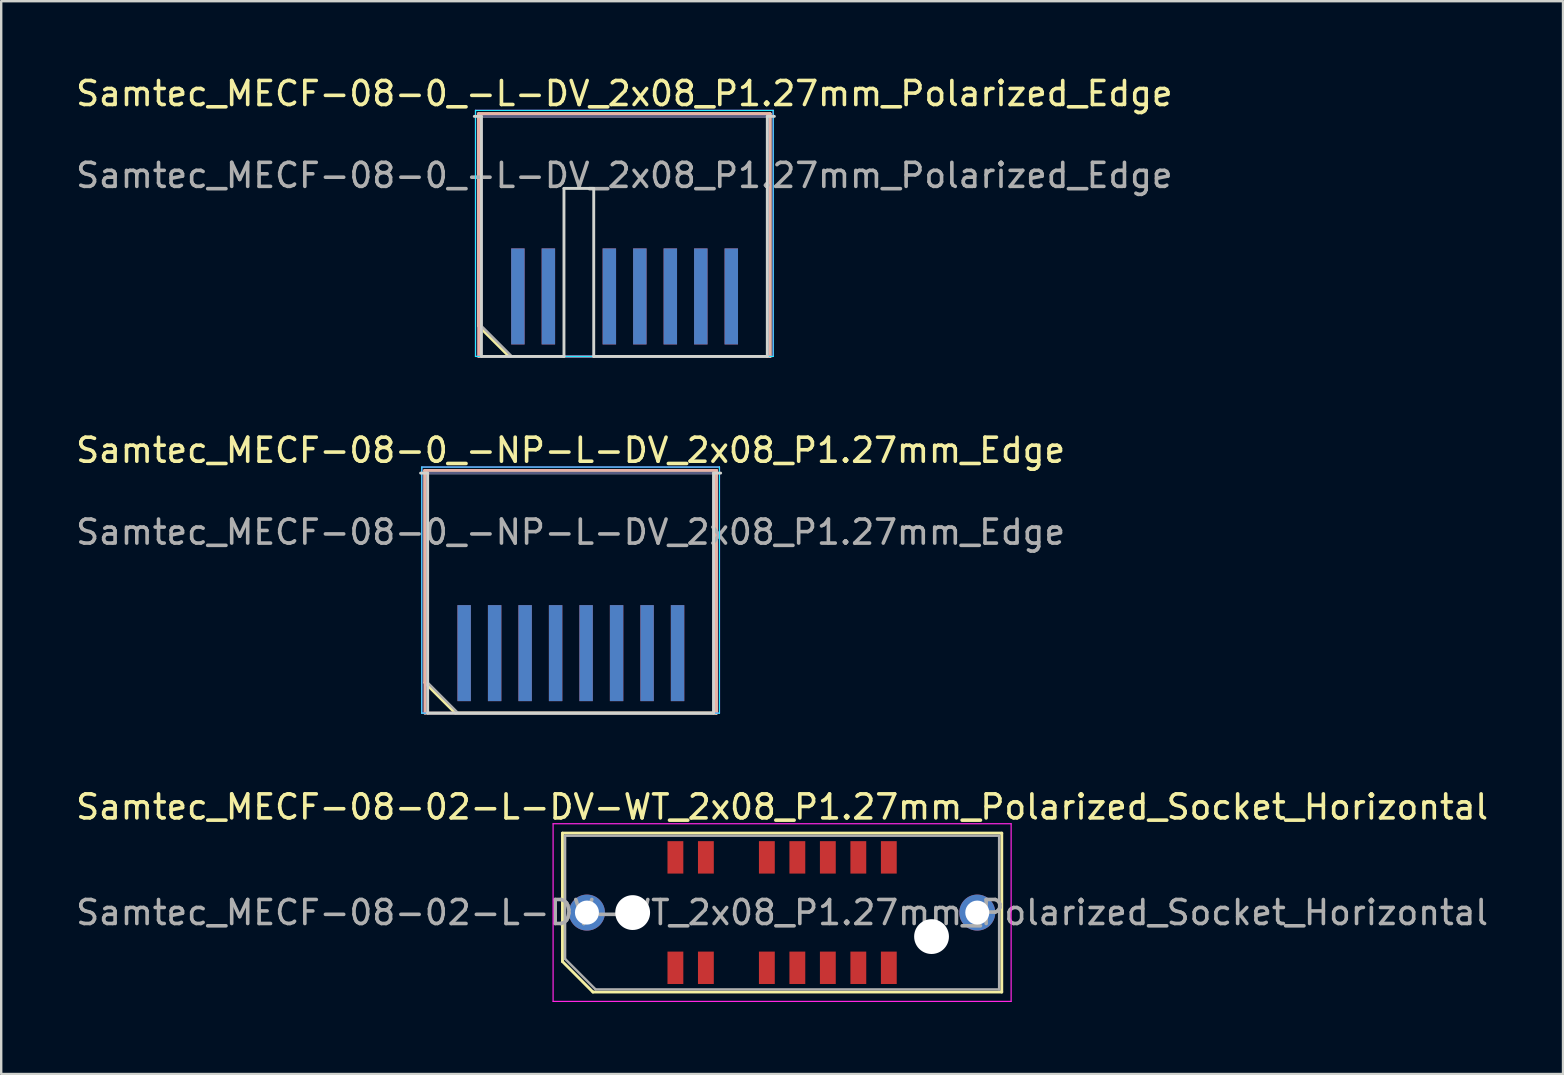
<source format=kicad_pcb>
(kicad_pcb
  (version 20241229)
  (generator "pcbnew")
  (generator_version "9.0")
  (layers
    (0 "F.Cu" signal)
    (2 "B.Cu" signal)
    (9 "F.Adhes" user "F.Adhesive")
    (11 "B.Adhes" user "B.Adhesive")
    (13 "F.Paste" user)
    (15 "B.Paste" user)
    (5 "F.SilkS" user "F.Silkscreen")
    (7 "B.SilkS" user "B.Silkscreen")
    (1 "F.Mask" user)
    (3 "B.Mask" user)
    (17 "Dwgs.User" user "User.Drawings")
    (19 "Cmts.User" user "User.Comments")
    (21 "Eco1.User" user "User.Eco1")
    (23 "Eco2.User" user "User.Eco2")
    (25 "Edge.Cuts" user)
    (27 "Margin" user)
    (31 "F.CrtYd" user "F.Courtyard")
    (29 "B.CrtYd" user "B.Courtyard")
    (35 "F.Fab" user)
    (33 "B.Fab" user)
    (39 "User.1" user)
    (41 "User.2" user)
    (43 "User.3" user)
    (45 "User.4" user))
  (footprint "Samtec_MECF-08-0_-NP-L-DV_2x08_P1.27mm_Edge"
    (layer "F.Cu")
    (at 20.72 21.657)
    (property "Reference" "Samtec_MECF-08-0_-NP-L-DV_2x08_P1.27mm_Edge" (at 0 -5.95 0) (layer "F.SilkS") (effects (font (size 1 1) (thickness 0.15))))
    (attr exclude_from_pos_files exclude_from_bom)
    (fp_line (start -6.07 -5.11) (end 6.07 -5.11) (stroke (width 0.12) (type solid)) (layer "F.SilkS"))
    (fp_line (start -6.07 3.73) (end -6.07 -5.11) (stroke (width 0.12) (type solid)) (layer "F.SilkS"))
    (fp_line (start -4.8 5) (end -6.07 3.73) (stroke (width 0.12) (type solid)) (layer "F.SilkS"))
    (fp_line (start -4.8 5) (end 6.07 5) (stroke (width 0.12) (type solid)) (layer "F.SilkS"))
    (fp_line (start 6.07 5) (end 6.07 -5.11) (stroke (width 0.12) (type solid)) (layer "F.SilkS"))
    (fp_line (start -6.07 -5.11) (end 6.07 -5.11) (stroke (width 0.12) (type solid)) (layer "B.SilkS"))
    (fp_line (start -6.07 5) (end -6.07 -5.11) (stroke (width 0.12) (type solid)) (layer "B.SilkS"))
    (fp_line (start -6.07 5) (end 6.07 5) (stroke (width 0.12) (type solid)) (layer "B.SilkS"))
    (fp_line (start 6.07 5) (end 6.07 -5.11) (stroke (width 0.12) (type solid)) (layer "B.SilkS"))
    (fp_line (start -6.25 -5) (end -5.955 -5) (stroke (width 0.12) (type solid)) (layer "Edge.Cuts"))
    (fp_line (start -5.955 5) (end -5.955 -5) (stroke (width 0.12) (type solid)) (layer "Edge.Cuts"))
    (fp_line (start -5.955 5) (end 5.955 5) (stroke (width 0.12) (type solid)) (layer "Edge.Cuts"))
    (fp_line (start 5.955 5) (end 5.955 -5) (stroke (width 0.12) (type solid)) (layer "Edge.Cuts"))
    (fp_line (start 6.25 -5) (end 5.955 -5) (stroke (width 0.12) (type solid)) (layer "Edge.Cuts"))
    (fp_line (start -6.2 -5.25) (end -6.2 5) (stroke (width 0.05) (type solid)) (layer "B.CrtYd"))
    (fp_line (start -6.2 5) (end 6.2 5) (stroke (width 0.05) (type solid)) (layer "B.CrtYd"))
    (fp_line (start 6.2 -5.25) (end -6.2 -5.25) (stroke (width 0.05) (type solid)) (layer "B.CrtYd"))
    (fp_line (start 6.2 5) (end 6.2 -5.25) (stroke (width 0.05) (type solid)) (layer "B.CrtYd"))
    (fp_line (start -6.2 -5.25) (end -6.2 5) (stroke (width 0.05) (type solid)) (layer "F.CrtYd"))
    (fp_line (start -6.2 5) (end 6.2 5) (stroke (width 0.05) (type solid)) (layer "F.CrtYd"))
    (fp_line (start 6.2 -5.25) (end -6.2 -5.25) (stroke (width 0.05) (type solid)) (layer "F.CrtYd"))
    (fp_line (start 6.2 5) (end 6.2 -5.25) (stroke (width 0.05) (type solid)) (layer "F.CrtYd"))
    (fp_line (start -5.955 -5) (end 5.955 -5) (stroke (width 0.1) (type solid)) (layer "B.Fab"))
    (fp_line (start -5.955 5) (end -5.955 -5) (stroke (width 0.1) (type solid)) (layer "B.Fab"))
    (fp_line (start -5.955 5) (end 5.955 5) (stroke (width 0.1) (type solid)) (layer "B.Fab"))
    (fp_line (start 5.955 5) (end 5.955 -5) (stroke (width 0.1) (type solid)) (layer "B.Fab"))
    (fp_line (start -5.955 -5) (end 5.955 -5) (stroke (width 0.1) (type solid)) (layer "F.Fab"))
    (fp_line (start -5.955 3.73) (end -5.955 -5) (stroke (width 0.1) (type solid)) (layer "F.Fab"))
    (fp_line (start -5.955 3.73) (end -4.685 5) (stroke (width 0.1) (type solid)) (layer "F.Fab"))
    (fp_line (start -4.685 5) (end 5.955 5) (stroke (width 0.1) (type solid)) (layer "F.Fab"))
    (fp_line (start 5.955 5) (end 5.955 -5) (stroke (width 0.1) (type solid)) (layer "F.Fab"))
    (fp_text user "${REFERENCE}" (at 0 -2.54 0) (layer "F.Fab") (effects (font (size 1 1) (thickness 0.15))))
    (pad "1" connect rect (at -4.435 2.5) (size 0.56 4) (layers "F.Cu" "F.Mask"))
    (pad "2" connect rect (at -4.435 2.5) (size 0.56 4) (layers "B.Cu" "B.Mask"))
    (pad "3" connect rect (at -3.165 2.5) (size 0.56 4) (layers "F.Cu" "F.Mask"))
    (pad "4" connect rect (at -3.165 2.5) (size 0.56 4) (layers "B.Cu" "B.Mask"))
    (pad "5" connect rect (at -1.895 2.5) (size 0.56 4) (layers "F.Cu" "F.Mask"))
    (pad "6" connect rect (at -1.895 2.5) (size 0.56 4) (layers "B.Cu" "B.Mask"))
    (pad "7" connect rect (at -0.625 2.5) (size 0.56 4) (layers "F.Cu" "F.Mask"))
    (pad "8" connect rect (at -0.625 2.5) (size 0.56 4) (layers "B.Cu" "B.Mask"))
    (pad "9" connect rect (at 0.645 2.5) (size 0.56 4) (layers "F.Cu" "F.Mask"))
    (pad "10" connect rect (at 0.645 2.5) (size 0.56 4) (layers "B.Cu" "B.Mask"))
    (pad "11" connect rect (at 1.915 2.5) (size 0.56 4) (layers "F.Cu" "F.Mask"))
    (pad "12" connect rect (at 1.915 2.5) (size 0.56 4) (layers "B.Cu" "B.Mask"))
    (pad "13" connect rect (at 3.185 2.5) (size 0.56 4) (layers "F.Cu" "F.Mask"))
    (pad "14" connect rect (at 3.185 2.5) (size 0.56 4) (layers "B.Cu" "B.Mask"))
    (pad "15" connect rect (at 4.455 2.5) (size 0.56 4) (layers "F.Cu" "F.Mask"))
    (pad "16" connect rect (at 4.455 2.5) (size 0.56 4) (layers "B.Cu" "B.Mask")))
  (footprint "Samtec_MECF-08-0_-L-DV_2x08_P1.27mm_Polarized_Edge"
    (layer "F.Cu")
    (at 22.958 6.798)
    (property "Reference" "Samtec_MECF-08-0_-L-DV_2x08_P1.27mm_Polarized_Edge" (at 0 -5.95 0) (layer "F.SilkS") (effects (font (size 1 1) (thickness 0.15))))
    (attr exclude_from_pos_files exclude_from_bom)
    (fp_line (start -6.07 -5.11) (end 6.07 -5.11) (stroke (width 0.12) (type solid)) (layer "F.SilkS"))
    (fp_line (start -6.07 3.73) (end -6.07 -5.11) (stroke (width 0.12) (type solid)) (layer "F.SilkS"))
    (fp_line (start -4.8 5) (end -6.07 3.73) (stroke (width 0.12) (type solid)) (layer "F.SilkS"))
    (fp_line (start -4.8 5) (end 6.07 5) (stroke (width 0.12) (type solid)) (layer "F.SilkS"))
    (fp_line (start 6.07 5) (end 6.07 -5.11) (stroke (width 0.12) (type solid)) (layer "F.SilkS"))
    (fp_line (start -6.07 -5.11) (end 6.07 -5.11) (stroke (width 0.12) (type solid)) (layer "B.SilkS"))
    (fp_line (start -6.07 5) (end -6.07 -5.11) (stroke (width 0.12) (type solid)) (layer "B.SilkS"))
    (fp_line (start -6.07 5) (end 6.07 5) (stroke (width 0.12) (type solid)) (layer "B.SilkS"))
    (fp_line (start 6.07 5) (end 6.07 -5.11) (stroke (width 0.12) (type solid)) (layer "B.SilkS"))
    (fp_line (start -6.25 -5) (end -5.955 -5) (stroke (width 0.12) (type solid)) (layer "Edge.Cuts"))
    (fp_line (start -5.955 5) (end -5.955 -5) (stroke (width 0.12) (type solid)) (layer "Edge.Cuts"))
    (fp_line (start -5.955 5) (end -2.515 5) (stroke (width 0.12) (type solid)) (layer "Edge.Cuts"))
    (fp_line (start -2.515 -2) (end -1.275 -2) (stroke (width 0.12) (type solid)) (layer "Edge.Cuts"))
    (fp_line (start -2.515 5) (end -2.515 -2) (stroke (width 0.12) (type solid)) (layer "Edge.Cuts"))
    (fp_line (start -1.275 5) (end -1.275 -2) (stroke (width 0.12) (type solid)) (layer "Edge.Cuts"))
    (fp_line (start -1.275 5) (end 5.955 5) (stroke (width 0.12) (type solid)) (layer "Edge.Cuts"))
    (fp_line (start 5.955 5) (end 5.955 -5) (stroke (width 0.12) (type solid)) (layer "Edge.Cuts"))
    (fp_line (start 6.25 -5) (end 5.955 -5) (stroke (width 0.12) (type solid)) (layer "Edge.Cuts"))
    (fp_line (start -6.2 -5.25) (end -6.2 5) (stroke (width 0.05) (type solid)) (layer "B.CrtYd"))
    (fp_line (start -6.2 5) (end 6.2 5) (stroke (width 0.05) (type solid)) (layer "B.CrtYd"))
    (fp_line (start 6.2 -5.25) (end -6.2 -5.25) (stroke (width 0.05) (type solid)) (layer "B.CrtYd"))
    (fp_line (start 6.2 5) (end 6.2 -5.25) (stroke (width 0.05) (type solid)) (layer "B.CrtYd"))
    (fp_line (start -6.2 -5.25) (end -6.2 5) (stroke (width 0.05) (type solid)) (layer "F.CrtYd"))
    (fp_line (start -6.2 5) (end 6.2 5) (stroke (width 0.05) (type solid)) (layer "F.CrtYd"))
    (fp_line (start 6.2 -5.25) (end -6.2 -5.25) (stroke (width 0.05) (type solid)) (layer "F.CrtYd"))
    (fp_line (start 6.2 5) (end 6.2 -5.25) (stroke (width 0.05) (type solid)) (layer "F.CrtYd"))
    (fp_line (start -5.955 -5) (end 5.955 -5) (stroke (width 0.1) (type solid)) (layer "B.Fab"))
    (fp_line (start -5.955 5) (end -5.955 -5) (stroke (width 0.1) (type solid)) (layer "B.Fab"))
    (fp_line (start -5.955 5) (end 5.955 5) (stroke (width 0.1) (type solid)) (layer "B.Fab"))
    (fp_line (start 5.955 5) (end 5.955 -5) (stroke (width 0.1) (type solid)) (layer "B.Fab"))
    (fp_line (start -5.955 -5) (end 5.955 -5) (stroke (width 0.1) (type solid)) (layer "F.Fab"))
    (fp_line (start -5.955 3.73) (end -5.955 -5) (stroke (width 0.1) (type solid)) (layer "F.Fab"))
    (fp_line (start -5.955 3.73) (end -4.685 5) (stroke (width 0.1) (type solid)) (layer "F.Fab"))
    (fp_line (start -4.685 5) (end 5.955 5) (stroke (width 0.1) (type solid)) (layer "F.Fab"))
    (fp_line (start 5.955 5) (end 5.955 -5) (stroke (width 0.1) (type solid)) (layer "F.Fab"))
    (fp_text user "${REFERENCE}" (at 0 -2.54 0) (layer "F.Fab") (effects (font (size 1 1) (thickness 0.15))))
    (pad "1" connect rect (at -4.435 2.5) (size 0.56 4) (layers "F.Cu" "F.Mask"))
    (pad "2" connect rect (at -4.435 2.5) (size 0.56 4) (layers "B.Cu" "B.Mask"))
    (pad "3" connect rect (at -3.165 2.5) (size 0.56 4) (layers "F.Cu" "F.Mask"))
    (pad "4" connect rect (at -3.165 2.5) (size 0.56 4) (layers "B.Cu" "B.Mask"))
    (pad "7" connect rect (at -0.625 2.5) (size 0.56 4) (layers "F.Cu" "F.Mask"))
    (pad "8" connect rect (at -0.625 2.5) (size 0.56 4) (layers "B.Cu" "B.Mask"))
    (pad "9" connect rect (at 0.645 2.5) (size 0.56 4) (layers "F.Cu" "F.Mask"))
    (pad "10" connect rect (at 0.645 2.5) (size 0.56 4) (layers "B.Cu" "B.Mask"))
    (pad "11" connect rect (at 1.915 2.5) (size 0.56 4) (layers "F.Cu" "F.Mask"))
    (pad "12" connect rect (at 1.915 2.5) (size 0.56 4) (layers "B.Cu" "B.Mask"))
    (pad "13" connect rect (at 3.185 2.5) (size 0.56 4) (layers "F.Cu" "F.Mask"))
    (pad "14" connect rect (at 3.185 2.5) (size 0.56 4) (layers "B.Cu" "B.Mask"))
    (pad "15" connect rect (at 4.455 2.5) (size 0.56 4) (layers "F.Cu" "F.Mask"))
    (pad "16" connect rect (at 4.455 2.5) (size 0.56 4) (layers "B.Cu" "B.Mask")))
  (footprint "Samtec_MECF-08-02-L-DV-WT_2x08_P1.27mm_Polarized_Socket_Horizontal"
    (layer "F.Cu")
    (at 29.53 34.965)
    (property "Reference" "Samtec_MECF-08-02-L-DV-WT_2x08_P1.27mm_Polarized_Socket_Horizontal" (at 0 -4.4 0) (layer "F.SilkS") (effects (font (size 1 1) (thickness 0.15))))
    (attr smd)
    (fp_line (start -9.15 -3.31) (end 9.15 -3.31) (stroke (width 0.12) (type solid)) (layer "F.SilkS"))
    (fp_line (start -9.15 2.04) (end -9.15 -3.31) (stroke (width 0.12) (type solid)) (layer "F.SilkS"))
    (fp_line (start -7.88 3.31) (end -9.15 2.04) (stroke (width 0.12) (type solid)) (layer "F.SilkS"))
    (fp_line (start -7.88 3.31) (end 9.15 3.31) (stroke (width 0.12) (type solid)) (layer "F.SilkS"))
    (fp_line (start 9.15 3.31) (end 9.15 -3.31) (stroke (width 0.12) (type solid)) (layer "F.SilkS"))
    (fp_line (start -9.54 -3.7) (end -9.54 3.7) (stroke (width 0.05) (type solid)) (layer "F.CrtYd"))
    (fp_line (start -9.54 3.7) (end 9.54 3.7) (stroke (width 0.05) (type solid)) (layer "F.CrtYd"))
    (fp_line (start 9.54 -3.7) (end -9.54 -3.7) (stroke (width 0.05) (type solid)) (layer "F.CrtYd"))
    (fp_line (start 9.54 3.7) (end 9.54 -3.7) (stroke (width 0.05) (type solid)) (layer "F.CrtYd"))
    (fp_line (start -9.04 -3.2) (end 9.04 -3.2) (stroke (width 0.1) (type solid)) (layer "F.Fab"))
    (fp_line (start -9.04 1.93) (end -9.04 -3.2) (stroke (width 0.1) (type solid)) (layer "F.Fab"))
    (fp_line (start -9.04 1.93) (end -7.77 3.2) (stroke (width 0.1) (type solid)) (layer "F.Fab"))
    (fp_line (start -7.77 3.2) (end 9.04 3.2) (stroke (width 0.1) (type solid)) (layer "F.Fab"))
    (fp_line (start 9.04 3.2) (end 9.04 -3.2) (stroke (width 0.1) (type solid)) (layer "F.Fab"))
    (fp_text user "${REFERENCE}" (at 0 0 0) (layer "F.Fab") (effects (font (size 1 1) (thickness 0.15))))
    (pad "" thru_hole circle (at -8.13 0) (size 1.5 1.5) (drill 1) (layers "*.Cu" "*.Mask"))
    (pad "" np_thru_hole circle (at -6.225 0) (size 1.45 1.45) (drill 1.45) (layers "*.Cu" "*.Mask"))
    (pad "" np_thru_hole circle (at 6.225 1) (size 1.45 1.45) (drill 1.45) (layers "*.Cu" "*.Mask"))
    (pad "" thru_hole circle (at 8.13 0) (size 1.5 1.5) (drill 1) (layers "*.Cu" "*.Mask"))
    (pad "1" smd rect (at -4.445 2.3) (size 0.66 1.35) (layers "F.Cu" "F.Mask" "F.Paste"))
    (pad "2" smd rect (at -4.445 -2.3) (size 0.66 1.35) (layers "F.Cu" "F.Mask" "F.Paste"))
    (pad "3" smd rect (at -3.175 2.3) (size 0.66 1.35) (layers "F.Cu" "F.Mask" "F.Paste"))
    (pad "4" smd rect (at -3.175 -2.3) (size 0.66 1.35) (layers "F.Cu" "F.Mask" "F.Paste"))
    (pad "7" smd rect (at -0.635 2.3) (size 0.66 1.35) (layers "F.Cu" "F.Mask" "F.Paste"))
    (pad "8" smd rect (at -0.635 -2.3) (size 0.66 1.35) (layers "F.Cu" "F.Mask" "F.Paste"))
    (pad "9" smd rect (at 0.635 2.3) (size 0.66 1.35) (layers "F.Cu" "F.Mask" "F.Paste"))
    (pad "10" smd rect (at 0.635 -2.3) (size 0.66 1.35) (layers "F.Cu" "F.Mask" "F.Paste"))
    (pad "11" smd rect (at 1.905 2.3) (size 0.66 1.35) (layers "F.Cu" "F.Mask" "F.Paste"))
    (pad "12" smd rect (at 1.905 -2.3) (size 0.66 1.35) (layers "F.Cu" "F.Mask" "F.Paste"))
    (pad "13" smd rect (at 3.175 2.3) (size 0.66 1.35) (layers "F.Cu" "F.Mask" "F.Paste"))
    (pad "14" smd rect (at 3.175 -2.3) (size 0.66 1.35) (layers "F.Cu" "F.Mask" "F.Paste"))
    (pad "15" smd rect (at 4.445 2.3) (size 0.66 1.35) (layers "F.Cu" "F.Mask" "F.Paste"))
    (pad "16" smd rect (at 4.445 -2.3) (size 0.66 1.35) (layers "F.Cu" "F.Mask" "F.Paste")))
  (gr_rect
    (start -3 -3)
    (end 62.06 41.69)
    (stroke (width 0.1) (type default))
    (fill no)
    (layer "Edge.Cuts")))
</source>
